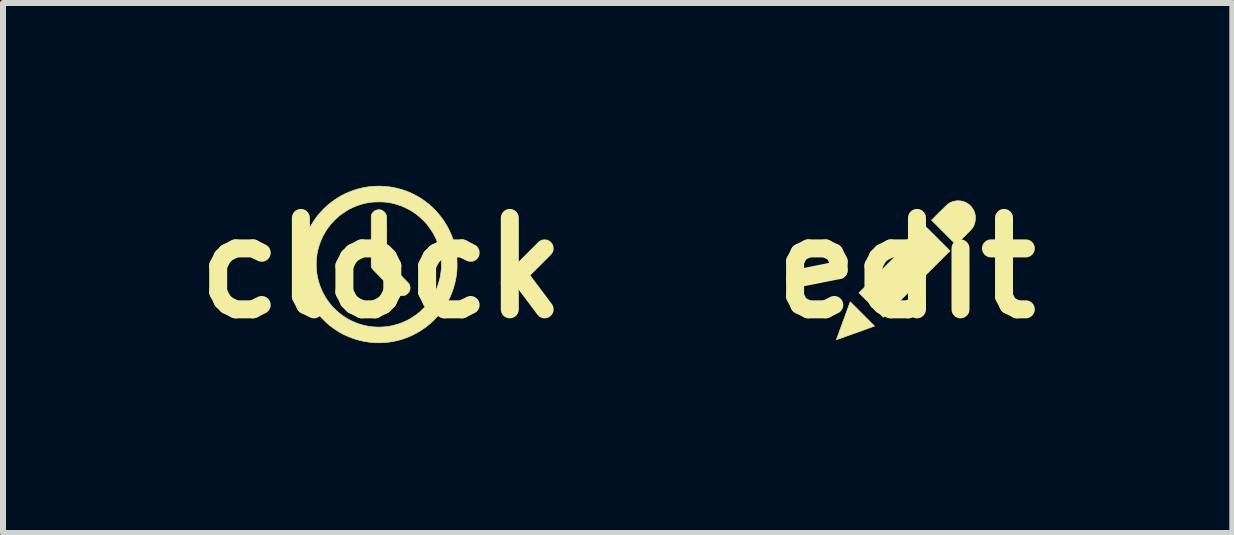
<source format=kicad_pcb>
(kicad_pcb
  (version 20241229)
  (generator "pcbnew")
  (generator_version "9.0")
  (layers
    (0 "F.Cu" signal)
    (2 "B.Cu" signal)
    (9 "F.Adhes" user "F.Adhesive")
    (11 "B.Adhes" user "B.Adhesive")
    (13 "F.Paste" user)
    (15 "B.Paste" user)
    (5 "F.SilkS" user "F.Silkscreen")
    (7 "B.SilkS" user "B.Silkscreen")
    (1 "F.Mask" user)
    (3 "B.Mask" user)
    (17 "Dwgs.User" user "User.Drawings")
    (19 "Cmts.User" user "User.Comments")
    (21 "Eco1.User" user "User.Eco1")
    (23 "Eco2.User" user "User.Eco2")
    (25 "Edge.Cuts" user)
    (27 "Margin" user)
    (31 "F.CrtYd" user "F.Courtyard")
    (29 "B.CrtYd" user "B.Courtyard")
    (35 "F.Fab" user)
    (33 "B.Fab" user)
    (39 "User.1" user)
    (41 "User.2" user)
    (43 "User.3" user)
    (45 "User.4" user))
  (footprint "edit"
    (layer "F.Cu")
    (at 12.057 1.418)
    (property "Reference" "edit" (at 0 0 0) (layer "F.SilkS") (effects (font (size 1.524 1.524) (thickness 0.3))))
    (attr through_hole)
    (fp_poly (pts (xy 0.527 -0.491) (xy 0.732 -0.286) (xy 0.178 0.268) (xy 0.128 0.318) (xy 0.08 0.366) (xy 0.033 0.413) (xy -0.013 0.459) (xy -0.056 0.502) (xy -0.098 0.544) (xy -0.138 0.584) (xy -0.175 0.621) (xy -0.21 0.655) (xy -0.242 0.687) (xy -0.271 0.716) (xy -0.297 0.742) (xy -0.32 0.765) (xy -0.339 0.784) (xy -0.355 0.8) (xy -0.367 0.811) (xy -0.374 0.819) (xy -0.378 0.822) (xy -0.378 0.822) (xy -0.38 0.82) (xy -0.387 0.814) (xy -0.397 0.804) (xy -0.411 0.79) (xy -0.428 0.773) (xy -0.449 0.753) (xy -0.471 0.73) (xy -0.496 0.705) (xy -0.523 0.679) (xy -0.551 0.65) (xy -0.581 0.62) (xy -0.583 0.618) (xy -0.787 0.414) (xy -0.233 -0.141) (xy 0.322 -0.695) (xy 0.527 -0.491)) (stroke (width 0.01) (type solid)) (fill yes) (layer "F.SilkS"))
    (fp_poly (pts (xy 0.911 -1.118) (xy 0.952 -1.109) (xy 0.991 -1.095) (xy 1.027 -1.075) (xy 1.061 -1.048) (xy 1.069 -1.04) (xy 1.086 -1.023) (xy 1.102 -1.001) (xy 1.118 -0.978) (xy 1.13 -0.956) (xy 1.132 -0.952) (xy 1.145 -0.916) (xy 1.153 -0.878) (xy 1.156 -0.838) (xy 1.154 -0.798) (xy 1.147 -0.759) (xy 1.135 -0.722) (xy 1.135 -0.721) (xy 1.13 -0.71) (xy 1.126 -0.7) (xy 1.121 -0.69) (xy 1.115 -0.681) (xy 1.109 -0.671) (xy 1.101 -0.66) (xy 1.091 -0.648) (xy 1.079 -0.635) (xy 1.064 -0.619) (xy 1.047 -0.601) (xy 1.026 -0.58) (xy 1.002 -0.556) (xy 0.974 -0.527) (xy 0.958 -0.512) (xy 0.833 -0.387) (xy 0.629 -0.592) (xy 0.424 -0.797) (xy 0.552 -0.926) (xy 0.577 -0.95) (xy 0.6 -0.973) (xy 0.622 -0.995) (xy 0.643 -1.015) (xy 0.661 -1.032) (xy 0.676 -1.047) (xy 0.689 -1.058) (xy 0.697 -1.066) (xy 0.701 -1.069) (xy 0.736 -1.09) (xy 0.773 -1.106) (xy 0.812 -1.116) (xy 0.855 -1.121) (xy 0.867 -1.121) (xy 0.911 -1.118)) (stroke (width 0.01) (type solid)) (fill yes) (layer "F.SilkS"))
    (fp_poly (pts (xy -0.928 0.567) (xy -0.921 0.574) (xy -0.911 0.584) (xy -0.898 0.597) (xy -0.881 0.613) (xy -0.862 0.632) (xy -0.841 0.653) (xy -0.818 0.676) (xy -0.794 0.7) (xy -0.769 0.725) (xy -0.743 0.751) (xy -0.717 0.777) (xy -0.691 0.803) (xy -0.666 0.829) (xy -0.641 0.853) (xy -0.618 0.876) (xy -0.597 0.898) (xy -0.578 0.917) (xy -0.561 0.934) (xy -0.547 0.948) (xy -0.537 0.959) (xy -0.53 0.966) (xy -0.527 0.969) (xy -0.527 0.969) (xy -0.53 0.971) (xy -0.539 0.974) (xy -0.553 0.979) (xy -0.571 0.985) (xy -0.593 0.993) (xy -0.619 1.003) (xy -0.648 1.013) (xy -0.679 1.025) (xy -0.713 1.037) (xy -0.749 1.05) (xy -0.785 1.063) (xy -0.823 1.076) (xy -0.861 1.09) (xy -0.898 1.103) (xy -0.935 1.116) (xy -0.971 1.129) (xy -1.005 1.141) (xy -1.036 1.153) (xy -1.066 1.163) (xy -1.092 1.173) (xy -1.115 1.181) (xy -1.133 1.187) (xy -1.148 1.192) (xy -1.157 1.196) (xy -1.16 1.197) (xy -1.161 1.197) (xy -1.162 1.196) (xy -1.161 1.193) (xy -1.158 1.184) (xy -1.153 1.17) (xy -1.146 1.152) (xy -1.138 1.129) (xy -1.129 1.103) (xy -1.118 1.073) (xy -1.106 1.041) (xy -1.093 1.006) (xy -1.08 0.969) (xy -1.071 0.946) (xy -1.057 0.906) (xy -1.042 0.866) (xy -1.028 0.828) (xy -1.015 0.79) (xy -1.002 0.755) (xy -0.99 0.723) (xy -0.98 0.695) (xy -0.971 0.67) (xy -0.963 0.649) (xy -0.958 0.634) (xy -0.957 0.631) (xy -0.95 0.612) (xy -0.943 0.595) (xy -0.938 0.581) (xy -0.934 0.571) (xy -0.931 0.566) (xy -0.931 0.565) (xy -0.928 0.567)) (stroke (width 0.01) (type solid)) (fill yes) (layer "F.SilkS")))
  (footprint "clock"
    (layer "F.Cu")
    (at 3.309 1.418)
    (property "Reference" "clock" (at 0 0 0) (layer "F.SilkS") (effects (font (size 1.524 1.524) (thickness 0.3))))
    (attr through_hole)
    (fp_poly (pts (xy -0.009 -0.968) (xy -0.005 -0.967) (xy 0.02 -0.956) (xy 0.042 -0.94) (xy 0.061 -0.92) (xy 0.075 -0.896) (xy 0.084 -0.87) (xy 0.086 -0.861) (xy 0.086 -0.856) (xy 0.087 -0.844) (xy 0.087 -0.826) (xy 0.087 -0.803) (xy 0.088 -0.775) (xy 0.088 -0.742) (xy 0.088 -0.704) (xy 0.089 -0.663) (xy 0.089 -0.618) (xy 0.089 -0.569) (xy 0.089 -0.517) (xy 0.089 -0.478) (xy 0.089 -0.113) (xy 0.273 0.071) (xy 0.306 0.105) (xy 0.335 0.134) (xy 0.36 0.159) (xy 0.382 0.181) (xy 0.4 0.2) (xy 0.415 0.215) (xy 0.428 0.229) (xy 0.438 0.24) (xy 0.446 0.249) (xy 0.452 0.256) (xy 0.457 0.262) (xy 0.461 0.267) (xy 0.464 0.271) (xy 0.466 0.275) (xy 0.466 0.276) (xy 0.475 0.303) (xy 0.479 0.33) (xy 0.476 0.357) (xy 0.469 0.382) (xy 0.456 0.406) (xy 0.438 0.426) (xy 0.416 0.443) (xy 0.402 0.451) (xy 0.388 0.457) (xy 0.375 0.46) (xy 0.36 0.462) (xy 0.355 0.462) (xy 0.341 0.462) (xy 0.328 0.462) (xy 0.318 0.461) (xy 0.316 0.46) (xy 0.31 0.459) (xy 0.305 0.457) (xy 0.299 0.455) (xy 0.294 0.452) (xy 0.287 0.448) (xy 0.28 0.442) (xy 0.271 0.436) (xy 0.261 0.427) (xy 0.249 0.416) (xy 0.235 0.403) (xy 0.219 0.387) (xy 0.199 0.369) (xy 0.177 0.347) (xy 0.152 0.321) (xy 0.123 0.292) (xy 0.09 0.259) (xy 0.058 0.228) (xy 0.022 0.192) (xy -0.009 0.16) (xy -0.037 0.132) (xy -0.061 0.107) (xy -0.082 0.086) (xy -0.1 0.068) (xy -0.114 0.053) (xy -0.126 0.041) (xy -0.136 0.03) (xy -0.144 0.021) (xy -0.15 0.014) (xy -0.154 0.009) (xy -0.158 0.004) (xy -0.16 -0.000053) (xy -0.161 -0.002) (xy -0.17 -0.021) (xy -0.17 -0.878) (xy -0.162 -0.895) (xy -0.152 -0.912) (xy -0.139 -0.928) (xy -0.124 -0.943) (xy -0.11 -0.954) (xy -0.11 -0.954) (xy -0.087 -0.964) (xy -0.061 -0.97) (xy -0.034 -0.972) (xy -0.009 -0.968)) (stroke (width 0.01) (type solid)) (fill yes) (layer "F.SilkS"))
    (fp_poly (pts (xy 0.057 -1.361) (xy 0.146 -1.351) (xy 0.235 -1.335) (xy 0.322 -1.313) (xy 0.408 -1.285) (xy 0.493 -1.25) (xy 0.494 -1.25) (xy 0.572 -1.211) (xy 0.649 -1.167) (xy 0.722 -1.117) (xy 0.792 -1.063) (xy 0.858 -1.003) (xy 0.92 -0.94) (xy 0.978 -0.872) (xy 1.031 -0.8) (xy 1.046 -0.778) (xy 1.094 -0.7) (xy 1.136 -0.619) (xy 1.172 -0.537) (xy 1.202 -0.452) (xy 1.226 -0.366) (xy 1.244 -0.276) (xy 1.257 -0.185) (xy 1.258 -0.176) (xy 1.259 -0.157) (xy 1.26 -0.133) (xy 1.261 -0.105) (xy 1.261 -0.076) (xy 1.261 -0.045) (xy 1.261 -0.015) (xy 1.26 0.013) (xy 1.259 0.037) (xy 1.258 0.057) (xy 1.258 0.059) (xy 1.246 0.15) (xy 1.228 0.239) (xy 1.204 0.326) (xy 1.175 0.411) (xy 1.141 0.493) (xy 1.136 0.502) (xy 1.095 0.582) (xy 1.048 0.658) (xy 0.996 0.731) (xy 0.94 0.8) (xy 0.88 0.864) (xy 0.816 0.925) (xy 0.748 0.98) (xy 0.676 1.031) (xy 0.601 1.077) (xy 0.523 1.118) (xy 0.443 1.154) (xy 0.36 1.184) (xy 0.274 1.209) (xy 0.187 1.227) (xy 0.149 1.233) (xy 0.107 1.239) (xy 0.061 1.243) (xy 0.015 1.246) (xy -0.03 1.247) (xy -0.074 1.247) (xy -0.114 1.246) (xy -0.138 1.244) (xy -0.155 1.243) (xy -0.175 1.241) (xy -0.194 1.239) (xy -0.197 1.238) (xy -0.285 1.225) (xy -0.372 1.205) (xy -0.457 1.18) (xy -0.54 1.149) (xy -0.621 1.113) (xy -0.699 1.071) (xy -0.773 1.024) (xy -0.845 0.972) (xy -0.913 0.915) (xy -0.977 0.853) (xy -1.037 0.787) (xy -1.093 0.717) (xy -1.132 0.66) (xy -1.18 0.582) (xy -1.222 0.502) (xy -1.258 0.419) (xy -1.288 0.335) (xy -1.312 0.248) (xy -1.33 0.159) (xy -1.343 0.067) (xy -1.343 0.059) (xy -1.345 0.04) (xy -1.346 0.016) (xy -1.347 -0.012) (xy -1.347 -0.042) (xy -1.347 -0.064) (xy -1.086 -0.064) (xy -1.085 -0.011) (xy -1.079 0.068) (xy -1.068 0.143) (xy -1.05 0.217) (xy -1.027 0.29) (xy -0.998 0.362) (xy -0.976 0.41) (xy -0.948 0.462) (xy -0.918 0.511) (xy -0.886 0.558) (xy -0.85 0.604) (xy -0.813 0.647) (xy -0.757 0.703) (xy -0.697 0.756) (xy -0.634 0.803) (xy -0.568 0.845) (xy -0.498 0.882) (xy -0.426 0.913) (xy -0.352 0.94) (xy -0.275 0.96) (xy -0.198 0.975) (xy -0.119 0.983) (xy -0.039 0.986) (xy -0.017 0.985) (xy 0.005 0.984) (xy 0.029 0.983) (xy 0.052 0.981) (xy 0.073 0.979) (xy 0.076 0.979) (xy 0.155 0.967) (xy 0.233 0.949) (xy 0.309 0.925) (xy 0.382 0.896) (xy 0.454 0.861) (xy 0.522 0.82) (xy 0.587 0.775) (xy 0.648 0.725) (xy 0.705 0.67) (xy 0.727 0.647) (xy 0.768 0.6) (xy 0.803 0.553) (xy 0.835 0.507) (xy 0.865 0.458) (xy 0.89 0.41) (xy 0.924 0.336) (xy 0.951 0.26) (xy 0.973 0.184) (xy 0.988 0.106) (xy 0.998 0.027) (xy 1.001 -0.054) (xy 1 -0.107) (xy 0.993 -0.185) (xy 0.982 -0.261) (xy 0.965 -0.335) (xy 0.942 -0.407) (xy 0.913 -0.48) (xy 0.89 -0.528) (xy 0.851 -0.599) (xy 0.807 -0.665) (xy 0.759 -0.729) (xy 0.705 -0.788) (xy 0.645 -0.844) (xy 0.591 -0.889) (xy 0.532 -0.932) (xy 0.468 -0.97) (xy 0.401 -1.004) (xy 0.333 -1.034) (xy 0.263 -1.058) (xy 0.21 -1.073) (xy 0.165 -1.083) (xy 0.123 -1.091) (xy 0.083 -1.096) (xy 0.042 -1.1) (xy -0.001 -1.102) (xy -0.043 -1.102) (xy -0.119 -1.1) (xy -0.193 -1.093) (xy -0.264 -1.08) (xy -0.333 -1.063) (xy -0.403 -1.04) (xy -0.456 -1.018) (xy -0.529 -0.984) (xy -0.598 -0.943) (xy -0.664 -0.898) (xy -0.727 -0.848) (xy -0.785 -0.794) (xy -0.839 -0.735) (xy -0.888 -0.672) (xy -0.933 -0.605) (xy -0.972 -0.535) (xy -0.976 -0.528) (xy -1.01 -0.453) (xy -1.037 -0.378) (xy -1.059 -0.301) (xy -1.074 -0.224) (xy -1.083 -0.145) (xy -1.086 -0.064) (xy -1.347 -0.064) (xy -1.347 -0.072) (xy -1.347 -0.102) (xy -1.346 -0.13) (xy -1.345 -0.155) (xy -1.344 -0.174) (xy -1.343 -0.176) (xy -1.332 -0.267) (xy -1.314 -0.356) (xy -1.29 -0.444) (xy -1.261 -0.528) (xy -1.226 -0.61) (xy -1.222 -0.619) (xy -1.18 -0.699) (xy -1.133 -0.776) (xy -1.082 -0.849) (xy -1.025 -0.918) (xy -0.965 -0.983) (xy -0.9 -1.044) (xy -0.831 -1.099) (xy -0.759 -1.151) (xy -0.684 -1.197) (xy -0.605 -1.238) (xy -0.523 -1.273) (xy -0.439 -1.303) (xy -0.391 -1.318) (xy -0.303 -1.339) (xy -0.213 -1.354) (xy -0.123 -1.362) (xy -0.033 -1.365) (xy 0.057 -1.361)) (stroke (width 0.01) (type solid)) (fill yes) (layer "F.SilkS")))
  (gr_rect
    (start -3 -3)
    (end 17.496 5.836)
    (stroke (width 0.1) (type default))
    (fill no)
    (layer "Edge.Cuts")))
</source>
